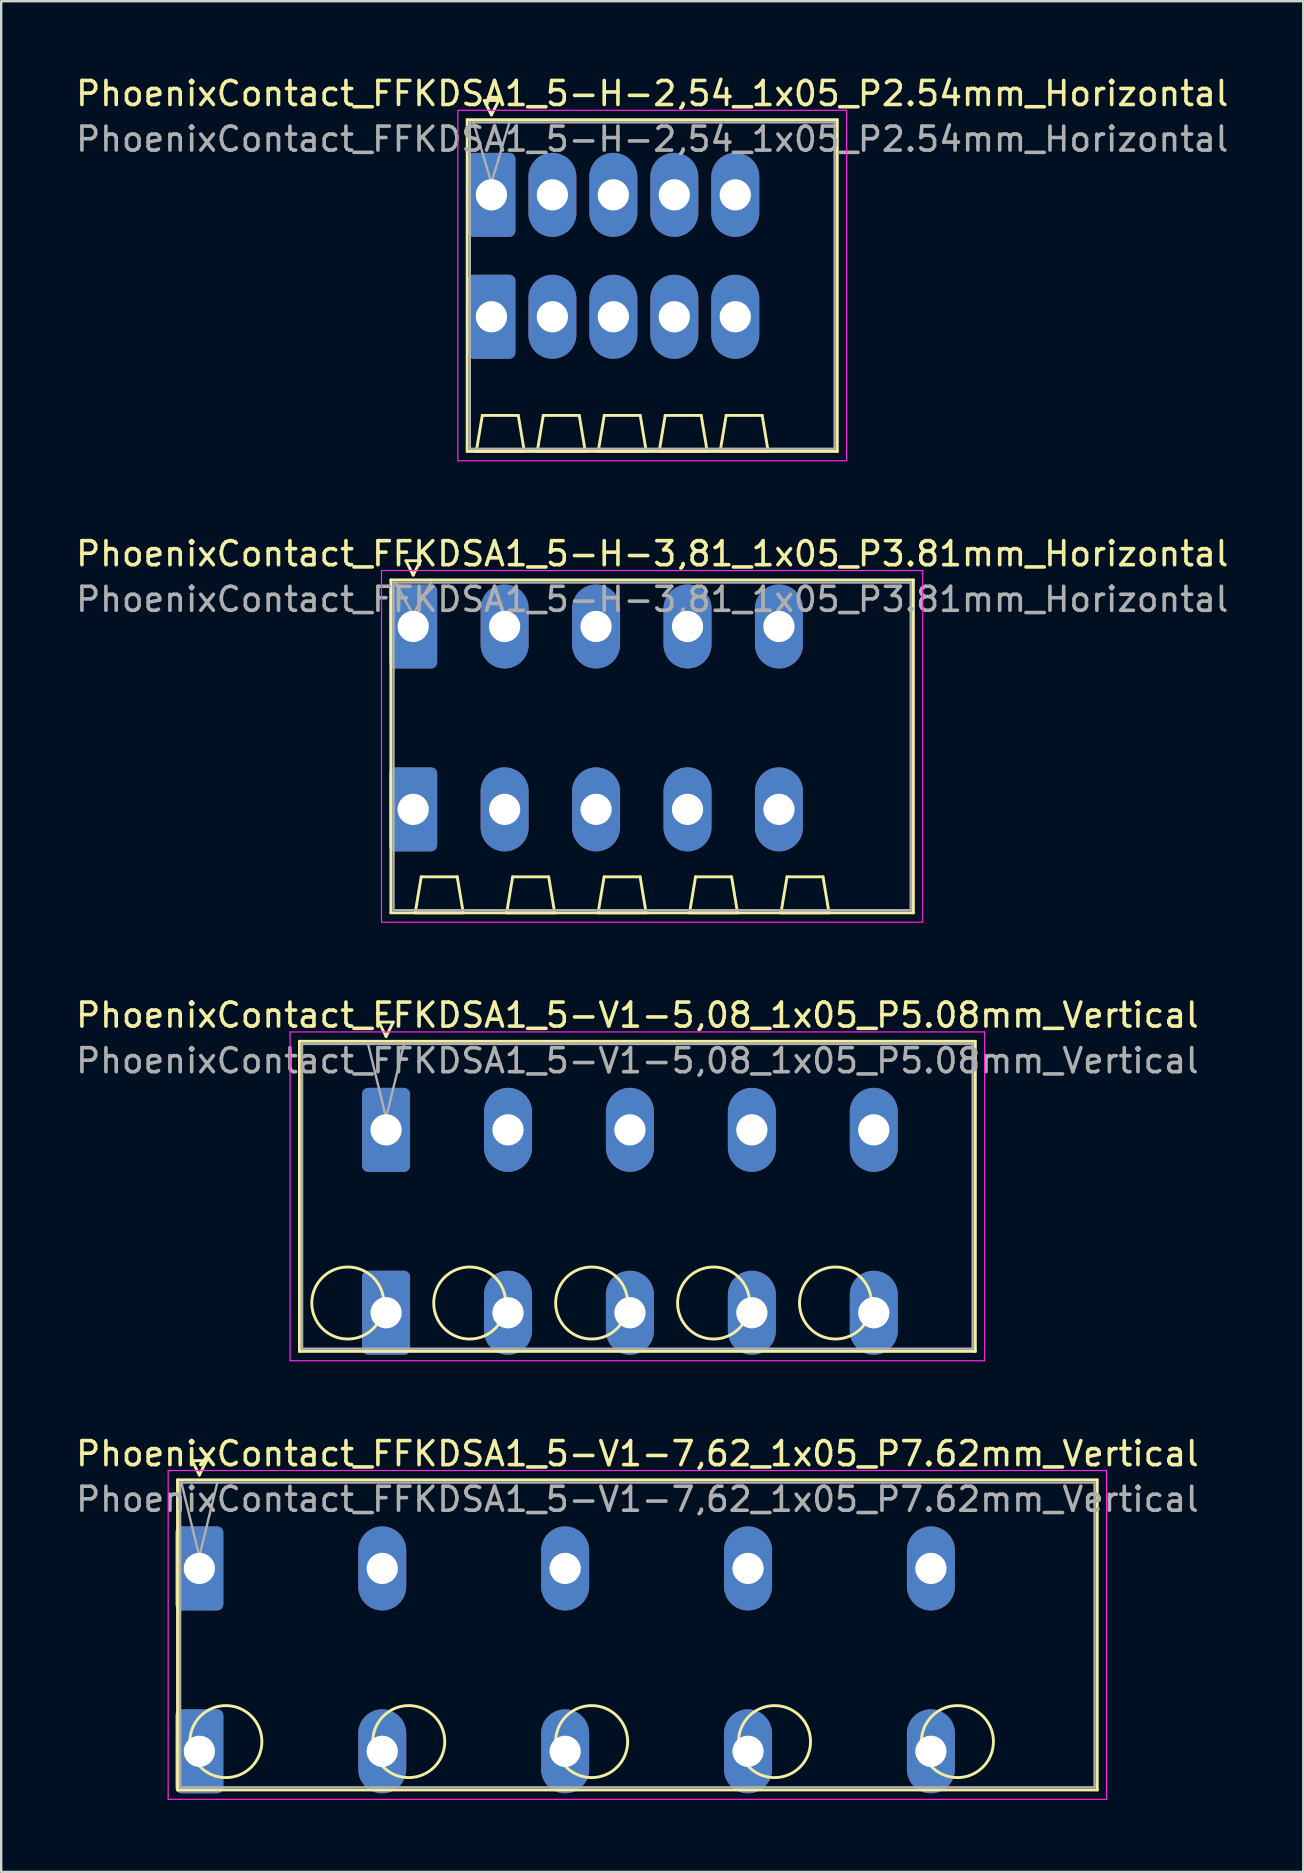
<source format=kicad_pcb>
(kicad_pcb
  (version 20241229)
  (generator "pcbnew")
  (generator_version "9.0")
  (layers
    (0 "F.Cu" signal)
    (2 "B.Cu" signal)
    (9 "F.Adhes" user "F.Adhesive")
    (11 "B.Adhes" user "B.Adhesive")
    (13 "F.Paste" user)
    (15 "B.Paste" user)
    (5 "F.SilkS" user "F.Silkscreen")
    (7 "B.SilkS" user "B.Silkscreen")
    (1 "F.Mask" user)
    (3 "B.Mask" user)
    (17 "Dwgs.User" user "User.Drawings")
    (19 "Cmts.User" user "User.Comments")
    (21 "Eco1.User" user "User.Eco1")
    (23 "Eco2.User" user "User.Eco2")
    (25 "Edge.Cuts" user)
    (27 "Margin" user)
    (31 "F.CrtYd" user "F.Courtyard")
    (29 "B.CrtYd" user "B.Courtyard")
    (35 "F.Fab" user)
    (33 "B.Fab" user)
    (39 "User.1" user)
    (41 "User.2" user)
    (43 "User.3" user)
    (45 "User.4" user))
  (footprint "PhoenixContact_FFKDSA1_5-V1-5,08_1x05_P5.08mm_Vertical"
    (layer "F.Cu")
    (at 13.036 44.025)
    (property "Reference" "PhoenixContact_FFKDSA1_5-V1-5,08_1x05_P5.08mm_Vertical" (at 10.47 -4.78 0) (layer "F.SilkS") (effects (font (size 1 1) (thickness 0.15))))
    (attr through_hole)
    (fp_line (start -3.61 -3.69) (end -3.61 9.23) (stroke (width 0.12) (type solid)) (layer "F.SilkS"))
    (fp_line (start -3.61 9.23) (end 24.55 9.23) (stroke (width 0.12) (type solid)) (layer "F.SilkS"))
    (fp_line (start -0.3 -4.49) (end 0.3 -4.49) (stroke (width 0.12) (type solid)) (layer "F.SilkS"))
    (fp_line (start 0 -3.89) (end -0.3 -4.49) (stroke (width 0.12) (type solid)) (layer "F.SilkS"))
    (fp_line (start 0.3 -4.49) (end 0 -3.89) (stroke (width 0.12) (type solid)) (layer "F.SilkS"))
    (fp_line (start 24.55 -3.69) (end -3.61 -3.69) (stroke (width 0.12) (type solid)) (layer "F.SilkS"))
    (fp_line (start 24.55 9.23) (end 24.55 -3.69) (stroke (width 0.12) (type solid)) (layer "F.SilkS"))
    (fp_circle (center -1.595 7.215) (end -0.095 7.215) (stroke (width 0.12) (type solid)) (fill no) (layer "F.SilkS"))
    (fp_circle (center 3.485 7.215) (end 4.985 7.215) (stroke (width 0.12) (type solid)) (fill no) (layer "F.SilkS"))
    (fp_circle (center 8.565 7.215) (end 10.065 7.215) (stroke (width 0.12) (type solid)) (fill no) (layer "F.SilkS"))
    (fp_circle (center 13.645 7.215) (end 15.145 7.215) (stroke (width 0.12) (type solid)) (fill no) (layer "F.SilkS"))
    (fp_circle (center 18.725 7.215) (end 20.225 7.215) (stroke (width 0.12) (type solid)) (fill no) (layer "F.SilkS"))
    (fp_line (start -4 -4.08) (end -4 9.62) (stroke (width 0.05) (type solid)) (layer "F.CrtYd"))
    (fp_line (start -4 9.62) (end 24.94 9.62) (stroke (width 0.05) (type solid)) (layer "F.CrtYd"))
    (fp_line (start 24.94 -4.08) (end -4 -4.08) (stroke (width 0.05) (type solid)) (layer "F.CrtYd"))
    (fp_line (start 24.94 9.62) (end 24.94 -4.08) (stroke (width 0.05) (type solid)) (layer "F.CrtYd"))
    (fp_line (start -3.5 -3.58) (end -3.5 9.12) (stroke (width 0.1) (type solid)) (layer "F.Fab"))
    (fp_line (start -3.5 9.12) (end 24.44 9.12) (stroke (width 0.1) (type solid)) (layer "F.Fab"))
    (fp_line (start 0 -0.5) (end -0.75 -3.58) (stroke (width 0.1) (type solid)) (layer "F.Fab"))
    (fp_line (start 0.75 -3.58) (end 0 -0.5) (stroke (width 0.1) (type solid)) (layer "F.Fab"))
    (fp_line (start 24.44 -3.58) (end -3.5 -3.58) (stroke (width 0.1) (type solid)) (layer "F.Fab"))
    (fp_line (start 24.44 9.12) (end 24.44 -3.58) (stroke (width 0.1) (type solid)) (layer "F.Fab"))
    (fp_text user "${REFERENCE}" (at 10.47 -2.88 0) (layer "F.Fab") (effects (font (size 1 1) (thickness 0.15))))
    (pad "1" thru_hole roundrect (at 0 0) (size 2 3.5) (drill 1.3) (layers "*.Cu" "*.Mask") (roundrect_rratio 0.125))
    (pad "1" thru_hole roundrect (at 0 7.62) (size 2 3.5) (drill 1.3) (layers "*.Cu" "*.Mask") (roundrect_rratio 0.125))
    (pad "2" thru_hole oval (at 5.08 0) (size 2 3.5) (drill 1.3) (layers "*.Cu" "*.Mask"))
    (pad "2" thru_hole oval (at 5.08 7.62) (size 2 3.5) (drill 1.3) (layers "*.Cu" "*.Mask"))
    (pad "3" thru_hole oval (at 10.16 0) (size 2 3.5) (drill 1.3) (layers "*.Cu" "*.Mask"))
    (pad "3" thru_hole oval (at 10.16 7.62) (size 2 3.5) (drill 1.3) (layers "*.Cu" "*.Mask"))
    (pad "4" thru_hole oval (at 15.24 0) (size 2 3.5) (drill 1.3) (layers "*.Cu" "*.Mask"))
    (pad "4" thru_hole oval (at 15.24 7.62) (size 2 3.5) (drill 1.3) (layers "*.Cu" "*.Mask"))
    (pad "5" thru_hole oval (at 20.32 0) (size 2 3.5) (drill 1.3) (layers "*.Cu" "*.Mask"))
    (pad "5" thru_hole oval (at 20.32 7.62) (size 2 3.5) (drill 1.3) (layers "*.Cu" "*.Mask")))
  (footprint "PhoenixContact_FFKDSA1_5-H-2,54_1x05_P2.54mm_Horizontal"
    (layer "F.Cu")
    (at 17.425 5.068)
    (property "Reference" "PhoenixContact_FFKDSA1_5-H-2,54_1x05_P2.54mm_Horizontal" (at 6.7 -4.22 0) (layer "F.SilkS") (effects (font (size 1 1) (thickness 0.15))))
    (attr through_hole)
    (fp_line (start -1.01 -3.13) (end -1.01 10.69) (stroke (width 0.12) (type solid)) (layer "F.SilkS"))
    (fp_line (start -1.01 10.69) (end 14.41 10.69) (stroke (width 0.12) (type solid)) (layer "F.SilkS"))
    (fp_line (start -0.63 10.69) (end 1.37 10.69) (stroke (width 0.12) (type solid)) (layer "F.SilkS"))
    (fp_line (start -0.38 9.19) (end -0.63 10.69) (stroke (width 0.12) (type solid)) (layer "F.SilkS"))
    (fp_line (start -0.3 -3.93) (end 0.3 -3.93) (stroke (width 0.12) (type solid)) (layer "F.SilkS"))
    (fp_line (start 0 -3.33) (end -0.3 -3.93) (stroke (width 0.12) (type solid)) (layer "F.SilkS"))
    (fp_line (start 0.3 -3.93) (end 0 -3.33) (stroke (width 0.12) (type solid)) (layer "F.SilkS"))
    (fp_line (start 1.12 9.19) (end -0.38 9.19) (stroke (width 0.12) (type solid)) (layer "F.SilkS"))
    (fp_line (start 1.37 10.69) (end 1.12 9.19) (stroke (width 0.12) (type solid)) (layer "F.SilkS"))
    (fp_line (start 1.91 10.69) (end 3.91 10.69) (stroke (width 0.12) (type solid)) (layer "F.SilkS"))
    (fp_line (start 2.16 9.19) (end 1.91 10.69) (stroke (width 0.12) (type solid)) (layer "F.SilkS"))
    (fp_line (start 3.66 9.19) (end 2.16 9.19) (stroke (width 0.12) (type solid)) (layer "F.SilkS"))
    (fp_line (start 3.91 10.69) (end 3.66 9.19) (stroke (width 0.12) (type solid)) (layer "F.SilkS"))
    (fp_line (start 4.45 10.69) (end 6.45 10.69) (stroke (width 0.12) (type solid)) (layer "F.SilkS"))
    (fp_line (start 4.7 9.19) (end 4.45 10.69) (stroke (width 0.12) (type solid)) (layer "F.SilkS"))
    (fp_line (start 6.2 9.19) (end 4.7 9.19) (stroke (width 0.12) (type solid)) (layer "F.SilkS"))
    (fp_line (start 6.45 10.69) (end 6.2 9.19) (stroke (width 0.12) (type solid)) (layer "F.SilkS"))
    (fp_line (start 6.99 10.69) (end 8.99 10.69) (stroke (width 0.12) (type solid)) (layer "F.SilkS"))
    (fp_line (start 7.24 9.19) (end 6.99 10.69) (stroke (width 0.12) (type solid)) (layer "F.SilkS"))
    (fp_line (start 8.74 9.19) (end 7.24 9.19) (stroke (width 0.12) (type solid)) (layer "F.SilkS"))
    (fp_line (start 8.99 10.69) (end 8.74 9.19) (stroke (width 0.12) (type solid)) (layer "F.SilkS"))
    (fp_line (start 9.53 10.69) (end 11.53 10.69) (stroke (width 0.12) (type solid)) (layer "F.SilkS"))
    (fp_line (start 9.78 9.19) (end 9.53 10.69) (stroke (width 0.12) (type solid)) (layer "F.SilkS"))
    (fp_line (start 11.28 9.19) (end 9.78 9.19) (stroke (width 0.12) (type solid)) (layer "F.SilkS"))
    (fp_line (start 11.53 10.69) (end 11.28 9.19) (stroke (width 0.12) (type solid)) (layer "F.SilkS"))
    (fp_line (start 14.41 -3.13) (end -1.01 -3.13) (stroke (width 0.12) (type solid)) (layer "F.SilkS"))
    (fp_line (start 14.41 10.69) (end 14.41 -3.13) (stroke (width 0.12) (type solid)) (layer "F.SilkS"))
    (fp_line (start -1.4 -3.52) (end -1.4 11.08) (stroke (width 0.05) (type solid)) (layer "F.CrtYd"))
    (fp_line (start -1.4 11.08) (end 14.8 11.08) (stroke (width 0.05) (type solid)) (layer "F.CrtYd"))
    (fp_line (start 14.8 -3.52) (end -1.4 -3.52) (stroke (width 0.05) (type solid)) (layer "F.CrtYd"))
    (fp_line (start 14.8 11.08) (end 14.8 -3.52) (stroke (width 0.05) (type solid)) (layer "F.CrtYd"))
    (fp_line (start -0.9 -3.02) (end -0.9 10.58) (stroke (width 0.1) (type solid)) (layer "F.Fab"))
    (fp_line (start -0.9 10.58) (end 14.3 10.58) (stroke (width 0.1) (type solid)) (layer "F.Fab"))
    (fp_line (start 0 -0.5) (end -0.75 -3.02) (stroke (width 0.1) (type solid)) (layer "F.Fab"))
    (fp_line (start 0.75 -3.02) (end 0 -0.5) (stroke (width 0.1) (type solid)) (layer "F.Fab"))
    (fp_line (start 14.3 -3.02) (end -0.9 -3.02) (stroke (width 0.1) (type solid)) (layer "F.Fab"))
    (fp_line (start 14.3 10.58) (end 14.3 -3.02) (stroke (width 0.1) (type solid)) (layer "F.Fab"))
    (fp_text user "${REFERENCE}" (at 6.7 -2.32 0) (layer "F.Fab") (effects (font (size 1 1) (thickness 0.15))))
    (pad "1" thru_hole roundrect (at 0 0) (size 2 3.5) (drill 1.3) (layers "*.Cu" "*.Mask") (roundrect_rratio 0.125))
    (pad "1" thru_hole roundrect (at 0 5.08) (size 2 3.5) (drill 1.3) (layers "*.Cu" "*.Mask") (roundrect_rratio 0.125))
    (pad "2" thru_hole oval (at 2.54 0) (size 2 3.5) (drill 1.3) (layers "*.Cu" "*.Mask"))
    (pad "2" thru_hole oval (at 2.54 5.08) (size 2 3.5) (drill 1.3) (layers "*.Cu" "*.Mask"))
    (pad "3" thru_hole oval (at 5.08 0) (size 2 3.5) (drill 1.3) (layers "*.Cu" "*.Mask"))
    (pad "3" thru_hole oval (at 5.08 5.08) (size 2 3.5) (drill 1.3) (layers "*.Cu" "*.Mask"))
    (pad "4" thru_hole oval (at 7.62 0) (size 2 3.5) (drill 1.3) (layers "*.Cu" "*.Mask"))
    (pad "4" thru_hole oval (at 7.62 5.08) (size 2 3.5) (drill 1.3) (layers "*.Cu" "*.Mask"))
    (pad "5" thru_hole oval (at 10.16 0) (size 2 3.5) (drill 1.3) (layers "*.Cu" "*.Mask"))
    (pad "5" thru_hole oval (at 10.16 5.08) (size 2 3.5) (drill 1.3) (layers "*.Cu" "*.Mask")))
  (footprint "PhoenixContact_FFKDSA1_5-H-3,81_1x05_P3.81mm_Horizontal"
    (layer "F.Cu")
    (at 14.165 23.052)
    (property "Reference" "PhoenixContact_FFKDSA1_5-H-3,81_1x05_P3.81mm_Horizontal" (at 9.96 -3.03 0) (layer "F.SilkS") (effects (font (size 1 1) (thickness 0.15))))
    (attr through_hole)
    (fp_line (start -0.93 -1.94) (end -0.93 11.93) (stroke (width 0.12) (type solid)) (layer "F.SilkS"))
    (fp_line (start -0.93 11.93) (end 20.84 11.93) (stroke (width 0.12) (type solid)) (layer "F.SilkS"))
    (fp_line (start -0.3 -2.74) (end 0.3 -2.74) (stroke (width 0.12) (type solid)) (layer "F.SilkS"))
    (fp_line (start 0 -2.14) (end -0.3 -2.74) (stroke (width 0.12) (type solid)) (layer "F.SilkS"))
    (fp_line (start 0.085 11.93) (end 2.085 11.93) (stroke (width 0.12) (type solid)) (layer "F.SilkS"))
    (fp_line (start 0.3 -2.74) (end 0 -2.14) (stroke (width 0.12) (type solid)) (layer "F.SilkS"))
    (fp_line (start 0.335 10.43) (end 0.085 11.93) (stroke (width 0.12) (type solid)) (layer "F.SilkS"))
    (fp_line (start 1.835 10.43) (end 0.335 10.43) (stroke (width 0.12) (type solid)) (layer "F.SilkS"))
    (fp_line (start 2.085 11.93) (end 1.835 10.43) (stroke (width 0.12) (type solid)) (layer "F.SilkS"))
    (fp_line (start 3.895 11.93) (end 5.895 11.93) (stroke (width 0.12) (type solid)) (layer "F.SilkS"))
    (fp_line (start 4.145 10.43) (end 3.895 11.93) (stroke (width 0.12) (type solid)) (layer "F.SilkS"))
    (fp_line (start 5.645 10.43) (end 4.145 10.43) (stroke (width 0.12) (type solid)) (layer "F.SilkS"))
    (fp_line (start 5.895 11.93) (end 5.645 10.43) (stroke (width 0.12) (type solid)) (layer "F.SilkS"))
    (fp_line (start 7.705 11.93) (end 9.705 11.93) (stroke (width 0.12) (type solid)) (layer "F.SilkS"))
    (fp_line (start 7.955 10.43) (end 7.705 11.93) (stroke (width 0.12) (type solid)) (layer "F.SilkS"))
    (fp_line (start 9.455 10.43) (end 7.955 10.43) (stroke (width 0.12) (type solid)) (layer "F.SilkS"))
    (fp_line (start 9.705 11.93) (end 9.455 10.43) (stroke (width 0.12) (type solid)) (layer "F.SilkS"))
    (fp_line (start 11.515 11.93) (end 13.515 11.93) (stroke (width 0.12) (type solid)) (layer "F.SilkS"))
    (fp_line (start 11.765 10.43) (end 11.515 11.93) (stroke (width 0.12) (type solid)) (layer "F.SilkS"))
    (fp_line (start 13.265 10.43) (end 11.765 10.43) (stroke (width 0.12) (type solid)) (layer "F.SilkS"))
    (fp_line (start 13.515 11.93) (end 13.265 10.43) (stroke (width 0.12) (type solid)) (layer "F.SilkS"))
    (fp_line (start 15.325 11.93) (end 17.325 11.93) (stroke (width 0.12) (type solid)) (layer "F.SilkS"))
    (fp_line (start 15.575 10.43) (end 15.325 11.93) (stroke (width 0.12) (type solid)) (layer "F.SilkS"))
    (fp_line (start 17.075 10.43) (end 15.575 10.43) (stroke (width 0.12) (type solid)) (layer "F.SilkS"))
    (fp_line (start 17.325 11.93) (end 17.075 10.43) (stroke (width 0.12) (type solid)) (layer "F.SilkS"))
    (fp_line (start 20.84 -1.94) (end -0.93 -1.94) (stroke (width 0.12) (type solid)) (layer "F.SilkS"))
    (fp_line (start 20.84 11.93) (end 20.84 -1.94) (stroke (width 0.12) (type solid)) (layer "F.SilkS"))
    (fp_line (start -1.32 -2.33) (end -1.32 12.32) (stroke (width 0.05) (type solid)) (layer "F.CrtYd"))
    (fp_line (start -1.32 12.32) (end 21.23 12.32) (stroke (width 0.05) (type solid)) (layer "F.CrtYd"))
    (fp_line (start 21.23 -2.33) (end -1.32 -2.33) (stroke (width 0.05) (type solid)) (layer "F.CrtYd"))
    (fp_line (start 21.23 12.32) (end 21.23 -2.33) (stroke (width 0.05) (type solid)) (layer "F.CrtYd"))
    (fp_line (start -0.82 -1.83) (end -0.82 11.82) (stroke (width 0.1) (type solid)) (layer "F.Fab"))
    (fp_line (start -0.82 11.82) (end 20.73 11.82) (stroke (width 0.1) (type solid)) (layer "F.Fab"))
    (fp_line (start 0 -0.5) (end -0.75 -1.83) (stroke (width 0.1) (type solid)) (layer "F.Fab"))
    (fp_line (start 0.75 -1.83) (end 0 -0.5) (stroke (width 0.1) (type solid)) (layer "F.Fab"))
    (fp_line (start 20.73 -1.83) (end -0.82 -1.83) (stroke (width 0.1) (type solid)) (layer "F.Fab"))
    (fp_line (start 20.73 11.82) (end 20.73 -1.83) (stroke (width 0.1) (type solid)) (layer "F.Fab"))
    (fp_text user "${REFERENCE}" (at 9.96 -1.13 0) (layer "F.Fab") (effects (font (size 1 1) (thickness 0.15))))
    (pad "1" thru_hole roundrect (at 0 0) (size 2 3.5) (drill 1.3) (layers "*.Cu" "*.Mask") (roundrect_rratio 0.125))
    (pad "1" thru_hole roundrect (at 0 7.62) (size 2 3.5) (drill 1.3) (layers "*.Cu" "*.Mask") (roundrect_rratio 0.125))
    (pad "2" thru_hole oval (at 3.81 0) (size 2 3.5) (drill 1.3) (layers "*.Cu" "*.Mask"))
    (pad "2" thru_hole oval (at 3.81 7.62) (size 2 3.5) (drill 1.3) (layers "*.Cu" "*.Mask"))
    (pad "3" thru_hole oval (at 7.62 0) (size 2 3.5) (drill 1.3) (layers "*.Cu" "*.Mask"))
    (pad "3" thru_hole oval (at 7.62 7.62) (size 2 3.5) (drill 1.3) (layers "*.Cu" "*.Mask"))
    (pad "4" thru_hole oval (at 11.43 0) (size 2 3.5) (drill 1.3) (layers "*.Cu" "*.Mask"))
    (pad "4" thru_hole oval (at 11.43 7.62) (size 2 3.5) (drill 1.3) (layers "*.Cu" "*.Mask"))
    (pad "5" thru_hole oval (at 15.24 0) (size 2 3.5) (drill 1.3) (layers "*.Cu" "*.Mask"))
    (pad "5" thru_hole oval (at 15.24 7.62) (size 2 3.5) (drill 1.3) (layers "*.Cu" "*.Mask")))
  (footprint "PhoenixContact_FFKDSA1_5-V1-7,62_1x05_P7.62mm_Vertical"
    (layer "F.Cu")
    (at 5.256 62.298)
    (property "Reference" "PhoenixContact_FFKDSA1_5-V1-7,62_1x05_P7.62mm_Vertical" (at 18.25 -4.78 0) (layer "F.SilkS") (effects (font (size 1 1) (thickness 0.15))))
    (attr through_hole)
    (fp_line (start -0.91 -3.69) (end -0.91 9.23) (stroke (width 0.12) (type solid)) (layer "F.SilkS"))
    (fp_line (start -0.91 9.23) (end 37.41 9.23) (stroke (width 0.12) (type solid)) (layer "F.SilkS"))
    (fp_line (start -0.3 -4.49) (end 0.3 -4.49) (stroke (width 0.12) (type solid)) (layer "F.SilkS"))
    (fp_line (start 0 -3.89) (end -0.3 -4.49) (stroke (width 0.12) (type solid)) (layer "F.SilkS"))
    (fp_line (start 0.3 -4.49) (end 0 -3.89) (stroke (width 0.12) (type solid)) (layer "F.SilkS"))
    (fp_line (start 37.41 -3.69) (end -0.91 -3.69) (stroke (width 0.12) (type solid)) (layer "F.SilkS"))
    (fp_line (start 37.41 9.23) (end 37.41 -3.69) (stroke (width 0.12) (type solid)) (layer "F.SilkS"))
    (fp_circle (center 1.105 7.215) (end 2.605 7.215) (stroke (width 0.12) (type solid)) (fill no) (layer "F.SilkS"))
    (fp_circle (center 8.725 7.215) (end 10.225 7.215) (stroke (width 0.12) (type solid)) (fill no) (layer "F.SilkS"))
    (fp_circle (center 16.345 7.215) (end 17.845 7.215) (stroke (width 0.12) (type solid)) (fill no) (layer "F.SilkS"))
    (fp_circle (center 23.965 7.215) (end 25.465 7.215) (stroke (width 0.12) (type solid)) (fill no) (layer "F.SilkS"))
    (fp_circle (center 31.585 7.215) (end 33.085 7.215) (stroke (width 0.12) (type solid)) (fill no) (layer "F.SilkS"))
    (fp_line (start -1.3 -4.08) (end -1.3 9.62) (stroke (width 0.05) (type solid)) (layer "F.CrtYd"))
    (fp_line (start -1.3 9.62) (end 37.8 9.62) (stroke (width 0.05) (type solid)) (layer "F.CrtYd"))
    (fp_line (start 37.8 -4.08) (end -1.3 -4.08) (stroke (width 0.05) (type solid)) (layer "F.CrtYd"))
    (fp_line (start 37.8 9.62) (end 37.8 -4.08) (stroke (width 0.05) (type solid)) (layer "F.CrtYd"))
    (fp_line (start -0.8 -3.58) (end -0.8 9.12) (stroke (width 0.1) (type solid)) (layer "F.Fab"))
    (fp_line (start -0.8 9.12) (end 37.3 9.12) (stroke (width 0.1) (type solid)) (layer "F.Fab"))
    (fp_line (start 0 -0.5) (end -0.75 -3.58) (stroke (width 0.1) (type solid)) (layer "F.Fab"))
    (fp_line (start 0.75 -3.58) (end 0 -0.5) (stroke (width 0.1) (type solid)) (layer "F.Fab"))
    (fp_line (start 37.3 -3.58) (end -0.8 -3.58) (stroke (width 0.1) (type solid)) (layer "F.Fab"))
    (fp_line (start 37.3 9.12) (end 37.3 -3.58) (stroke (width 0.1) (type solid)) (layer "F.Fab"))
    (fp_text user "${REFERENCE}" (at 18.25 -2.88 0) (layer "F.Fab") (effects (font (size 1 1) (thickness 0.15))))
    (pad "1" thru_hole roundrect (at 0 0) (size 2 3.5) (drill 1.3) (layers "*.Cu" "*.Mask") (roundrect_rratio 0.125))
    (pad "1" thru_hole roundrect (at 0 7.62) (size 2 3.5) (drill 1.3) (layers "*.Cu" "*.Mask") (roundrect_rratio 0.125))
    (pad "2" thru_hole oval (at 7.62 0) (size 2 3.5) (drill 1.3) (layers "*.Cu" "*.Mask"))
    (pad "2" thru_hole oval (at 7.62 7.62) (size 2 3.5) (drill 1.3) (layers "*.Cu" "*.Mask"))
    (pad "3" thru_hole oval (at 15.24 0) (size 2 3.5) (drill 1.3) (layers "*.Cu" "*.Mask"))
    (pad "3" thru_hole oval (at 15.24 7.62) (size 2 3.5) (drill 1.3) (layers "*.Cu" "*.Mask"))
    (pad "4" thru_hole oval (at 22.86 0) (size 2 3.5) (drill 1.3) (layers "*.Cu" "*.Mask"))
    (pad "4" thru_hole oval (at 22.86 7.62) (size 2 3.5) (drill 1.3) (layers "*.Cu" "*.Mask"))
    (pad "5" thru_hole oval (at 30.48 0) (size 2 3.5) (drill 1.3) (layers "*.Cu" "*.Mask"))
    (pad "5" thru_hole oval (at 30.48 7.62) (size 2 3.5) (drill 1.3) (layers "*.Cu" "*.Mask")))
  (gr_rect
    (start -3 -3)
    (end 51.25 74.943)
    (stroke (width 0.1) (type default))
    (fill no)
    (layer "Edge.Cuts")))
</source>
